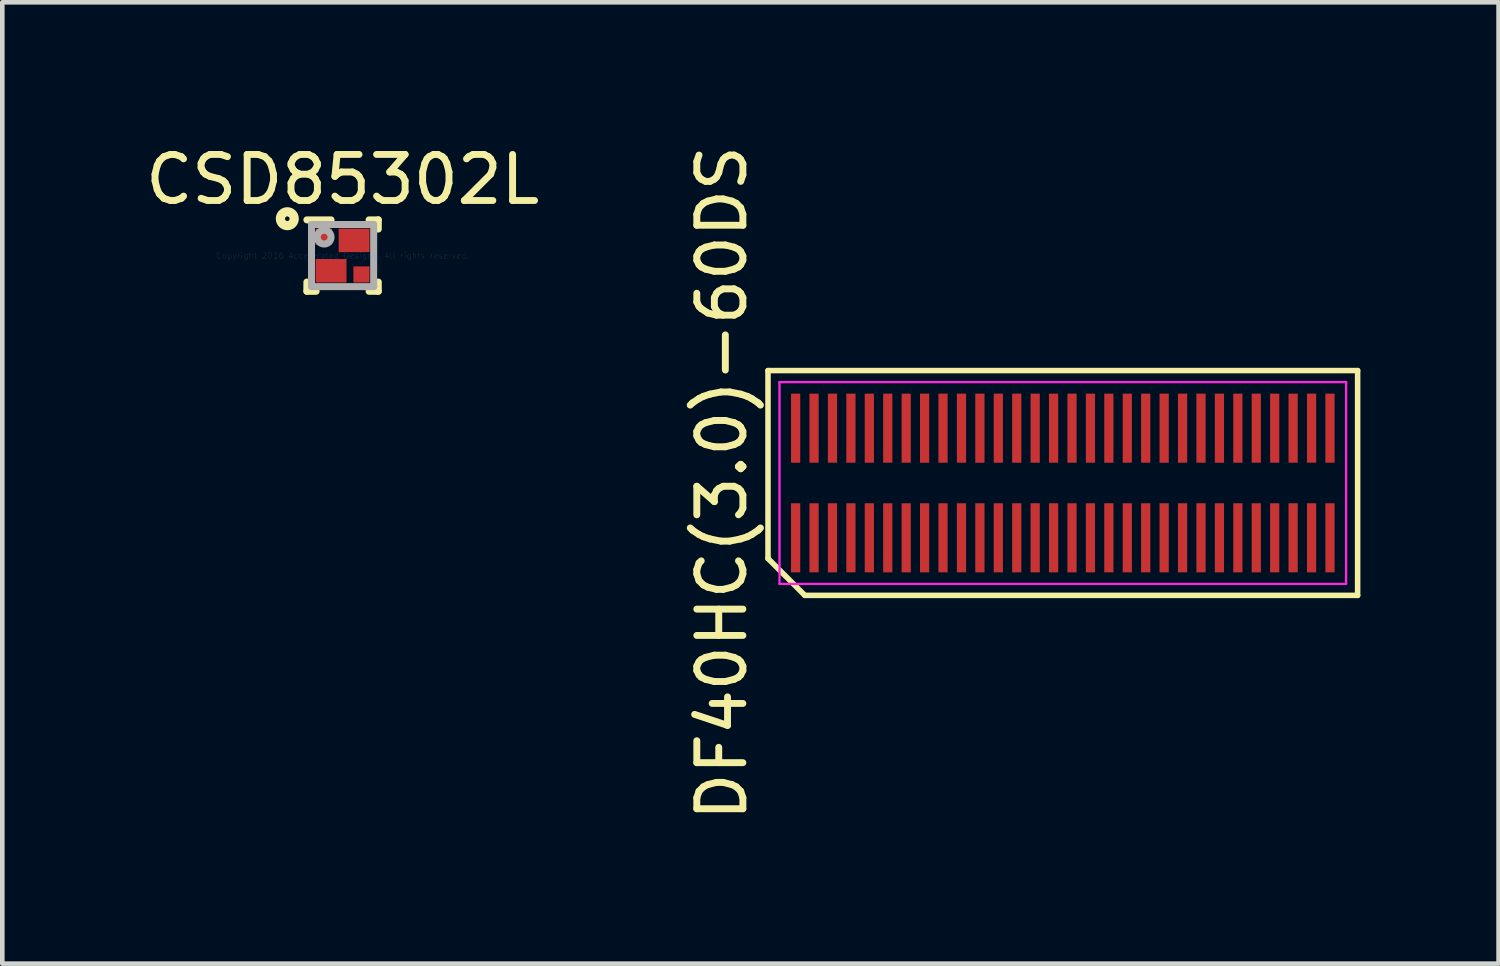
<source format=kicad_pcb>
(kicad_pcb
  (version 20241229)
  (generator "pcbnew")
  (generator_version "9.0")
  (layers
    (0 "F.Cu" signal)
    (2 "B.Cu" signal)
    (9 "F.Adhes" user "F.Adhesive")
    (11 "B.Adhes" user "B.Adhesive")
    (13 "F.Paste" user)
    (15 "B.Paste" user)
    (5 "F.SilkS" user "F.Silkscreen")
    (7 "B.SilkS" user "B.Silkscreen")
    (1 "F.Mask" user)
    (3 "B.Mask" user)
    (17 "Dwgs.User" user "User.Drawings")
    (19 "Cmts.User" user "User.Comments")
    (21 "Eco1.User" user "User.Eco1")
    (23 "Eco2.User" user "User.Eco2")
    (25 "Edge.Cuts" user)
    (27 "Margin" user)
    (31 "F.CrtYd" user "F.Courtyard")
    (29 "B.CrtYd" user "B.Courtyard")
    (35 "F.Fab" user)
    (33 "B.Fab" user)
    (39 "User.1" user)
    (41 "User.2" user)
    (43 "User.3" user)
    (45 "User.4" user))
  (footprint "CSD85302L"
    (layer "F.Cu")
    (at 4.387 2.498)
    (property "Reference" "CSD85302L" (at 0 -1.65 0) (layer "F.SilkS") (effects (font (size 1 1) (thickness 0.15))))
    (attr through_hole)
    (fp_line (start -0.775 -0.775) (end -0.25 -0.775) (stroke (width 0.152) (type solid)) (layer "F.SilkS"))
    (fp_line (start -0.775 0.775) (end -0.775 0.575) (stroke (width 0.152) (type solid)) (layer "F.SilkS"))
    (fp_line (start -0.775 0.775) (end -0.575 0.775) (stroke (width 0.152) (type solid)) (layer "F.SilkS"))
    (fp_line (start 0.575 -0.775) (end 0.775 -0.775) (stroke (width 0.152) (type solid)) (layer "F.SilkS"))
    (fp_line (start 0.575 0.775) (end 0.775 0.775) (stroke (width 0.152) (type solid)) (layer "F.SilkS"))
    (fp_line (start 0.775 -0.575) (end 0.775 -0.775) (stroke (width 0.152) (type solid)) (layer "F.SilkS"))
    (fp_line (start 0.775 0.775) (end 0.775 0.575) (stroke (width 0.152) (type solid)) (layer "F.SilkS"))
    (fp_circle (center -1.2 -0.8) (end -1.15 -0.8) (stroke (width 0.2) (type solid)) (fill no) (layer "F.SilkS"))
    (fp_line (start -0.675 -0.675) (end 0.675 -0.675) (stroke (width 0.152) (type solid)) (layer "F.Fab"))
    (fp_line (start -0.675 0.675) (end -0.675 -0.675) (stroke (width 0.152) (type solid)) (layer "F.Fab"))
    (fp_line (start -0.675 0.675) (end 0.675 0.675) (stroke (width 0.152) (type solid)) (layer "F.Fab"))
    (fp_line (start 0.675 0.675) (end 0.675 -0.675) (stroke (width 0.152) (type solid)) (layer "F.Fab"))
    (fp_circle (center -0.4 -0.4) (end -0.25 -0.4) (stroke (width 0.152) (type solid)) (fill no) (layer "F.Fab"))
    (fp_text user "Copyright 2016 Accelerated Designs. All rights reserved." (at 0 0 0) (layer "Cmts.User") (effects (font (size 0.127 0.127) (thickness 0.002))))
    (pad "1" smd rect (at -0.41 -0.41 90) (size 0.35 0.35) (layers "F.Cu" "F.Mask" "F.Paste"))
    (pad "2" smd rect (at -0.25 0.33 90) (size 0.51 0.67) (layers "F.Cu" "F.Mask" "F.Paste"))
    (pad "3" smd rect (at 0.41 0.41 90) (size 0.35 0.35) (layers "F.Cu" "F.Mask" "F.Paste"))
    (pad "4" smd rect (at 0.25 -0.33 90) (size 0.51 0.67) (layers "F.Cu" "F.Mask" "F.Paste")))
  (footprint "DF40HC(3.0)-60DS"
    (layer "F.Cu")
    (at 21.022 7.435)
    (property "Reference" "DF40HC(3.0)-60DS" (at -8.4 0 90) (layer "F.SilkS") (effects (font (size 1 1) (thickness 0.15))))
    (attr smd)
    (fp_line (start -7.4 -2.44) (end 5.4 -2.44) (stroke (width 0.12) (type solid)) (layer "F.SilkS"))
    (fp_line (start -7.4 1.64) (end -7.4 -2.44) (stroke (width 0.12) (type solid)) (layer "F.SilkS"))
    (fp_line (start -6.6 2.44) (end -7.4 1.64) (stroke (width 0.12) (type solid)) (layer "F.SilkS"))
    (fp_line (start 5.4 -2.44) (end 5.4 2.44) (stroke (width 0.12) (type solid)) (layer "F.SilkS"))
    (fp_line (start 5.4 2.44) (end -6.6 2.44) (stroke (width 0.12) (type solid)) (layer "F.SilkS"))
    (fp_line (start -7.15 -2.19) (end 5.15 -2.19) (stroke (width 0.05) (type solid)) (layer "F.CrtYd"))
    (fp_line (start -7.15 2.19) (end -7.15 -2.19) (stroke (width 0.05) (type solid)) (layer "F.CrtYd"))
    (fp_line (start 5.15 -2.19) (end 5.15 2.19) (stroke (width 0.05) (type solid)) (layer "F.CrtYd"))
    (fp_line (start 5.15 2.19) (end -7.15 2.19) (stroke (width 0.05) (type solid)) (layer "F.CrtYd"))
    (pad "1" smd rect (at -6.8 1.19) (size 0.2 1.5) (layers "F.Cu" "F.Mask" "F.Paste"))
    (pad "2" smd rect (at -6.4 1.19) (size 0.2 1.5) (layers "F.Cu" "F.Mask" "F.Paste"))
    (pad "3" smd rect (at -6 1.19) (size 0.2 1.5) (layers "F.Cu" "F.Mask" "F.Paste"))
    (pad "4" smd rect (at -5.6 1.19) (size 0.2 1.5) (layers "F.Cu" "F.Mask" "F.Paste"))
    (pad "5" smd rect (at -5.2 1.19) (size 0.2 1.5) (layers "F.Cu" "F.Mask" "F.Paste"))
    (pad "6" smd rect (at -4.8 1.19) (size 0.2 1.5) (layers "F.Cu" "F.Mask" "F.Paste"))
    (pad "7" smd rect (at -4.4 1.19) (size 0.2 1.5) (layers "F.Cu" "F.Mask" "F.Paste"))
    (pad "8" smd rect (at -4 1.19) (size 0.2 1.5) (layers "F.Cu" "F.Mask" "F.Paste"))
    (pad "9" smd rect (at -3.6 1.19) (size 0.2 1.5) (layers "F.Cu" "F.Mask" "F.Paste"))
    (pad "10" smd rect (at -3.2 1.19) (size 0.2 1.5) (layers "F.Cu" "F.Mask" "F.Paste"))
    (pad "11" smd rect (at -2.8 1.19) (size 0.2 1.5) (layers "F.Cu" "F.Mask" "F.Paste"))
    (pad "12" smd rect (at -2.4 1.19) (size 0.2 1.5) (layers "F.Cu" "F.Mask" "F.Paste"))
    (pad "13" smd rect (at -2 1.19) (size 0.2 1.5) (layers "F.Cu" "F.Mask" "F.Paste"))
    (pad "14" smd rect (at -1.6 1.19) (size 0.2 1.5) (layers "F.Cu" "F.Mask" "F.Paste"))
    (pad "15" smd rect (at -1.2 1.19) (size 0.2 1.5) (layers "F.Cu" "F.Mask" "F.Paste"))
    (pad "16" smd rect (at -0.8 1.19) (size 0.2 1.5) (layers "F.Cu" "F.Mask" "F.Paste"))
    (pad "17" smd rect (at -0.4 1.19) (size 0.2 1.5) (layers "F.Cu" "F.Mask" "F.Paste"))
    (pad "18" smd rect (at 0 1.19) (size 0.2 1.5) (layers "F.Cu" "F.Mask" "F.Paste"))
    (pad "19" smd rect (at 0.4 1.19) (size 0.2 1.5) (layers "F.Cu" "F.Mask" "F.Paste"))
    (pad "20" smd rect (at 0.8 1.19) (size 0.2 1.5) (layers "F.Cu" "F.Mask" "F.Paste"))
    (pad "21" smd rect (at 1.2 1.19) (size 0.2 1.5) (layers "F.Cu" "F.Mask" "F.Paste"))
    (pad "22" smd rect (at 1.6 1.19) (size 0.2 1.5) (layers "F.Cu" "F.Mask" "F.Paste"))
    (pad "23" smd rect (at 2 1.19) (size 0.2 1.5) (layers "F.Cu" "F.Mask" "F.Paste"))
    (pad "24" smd rect (at 2.4 1.19) (size 0.2 1.5) (layers "F.Cu" "F.Mask" "F.Paste"))
    (pad "25" smd rect (at 2.8 1.19) (size 0.2 1.5) (layers "F.Cu" "F.Mask" "F.Paste"))
    (pad "26" smd rect (at 3.2 1.19) (size 0.2 1.5) (layers "F.Cu" "F.Mask" "F.Paste"))
    (pad "27" smd rect (at 3.6 1.19) (size 0.2 1.5) (layers "F.Cu" "F.Mask" "F.Paste"))
    (pad "28" smd rect (at 4 1.19) (size 0.2 1.5) (layers "F.Cu" "F.Mask" "F.Paste"))
    (pad "29" smd rect (at 4.4 1.19) (size 0.2 1.5) (layers "F.Cu" "F.Mask" "F.Paste"))
    (pad "30" smd rect (at 4.8 1.19) (size 0.2 1.5) (layers "F.Cu" "F.Mask" "F.Paste"))
    (pad "36" smd rect (at 4.8 -1.19) (size 0.2 1.5) (layers "F.Cu" "F.Mask" "F.Paste"))
    (pad "37" smd rect (at 4.4 -1.19) (size 0.2 1.5) (layers "F.Cu" "F.Mask" "F.Paste"))
    (pad "38" smd rect (at 4 -1.19) (size 0.2 1.5) (layers "F.Cu" "F.Mask" "F.Paste"))
    (pad "39" smd rect (at 3.6 -1.19) (size 0.2 1.5) (layers "F.Cu" "F.Mask" "F.Paste"))
    (pad "40" smd rect (at 3.2 -1.19) (size 0.2 1.5) (layers "F.Cu" "F.Mask" "F.Paste"))
    (pad "41" smd rect (at 2.8 -1.19) (size 0.2 1.5) (layers "F.Cu" "F.Mask" "F.Paste"))
    (pad "42" smd rect (at 2.4 -1.19) (size 0.2 1.5) (layers "F.Cu" "F.Mask" "F.Paste"))
    (pad "43" smd rect (at 2 -1.19) (size 0.2 1.5) (layers "F.Cu" "F.Mask" "F.Paste"))
    (pad "44" smd rect (at 1.6 -1.19) (size 0.2 1.5) (layers "F.Cu" "F.Mask" "F.Paste"))
    (pad "45" smd rect (at 1.2 -1.19) (size 0.2 1.5) (layers "F.Cu" "F.Mask" "F.Paste"))
    (pad "46" smd rect (at 0.8 -1.19) (size 0.2 1.5) (layers "F.Cu" "F.Mask" "F.Paste"))
    (pad "47" smd rect (at 0.4 -1.19) (size 0.2 1.5) (layers "F.Cu" "F.Mask" "F.Paste"))
    (pad "48" smd rect (at 0 -1.19) (size 0.2 1.5) (layers "F.Cu" "F.Mask" "F.Paste"))
    (pad "49" smd rect (at -0.4 -1.19) (size 0.2 1.5) (layers "F.Cu" "F.Mask" "F.Paste"))
    (pad "50" smd rect (at -0.8 -1.19) (size 0.2 1.5) (layers "F.Cu" "F.Mask" "F.Paste"))
    (pad "51" smd rect (at -1.2 -1.19) (size 0.2 1.5) (layers "F.Cu" "F.Mask" "F.Paste"))
    (pad "52" smd rect (at -1.6 -1.19) (size 0.2 1.5) (layers "F.Cu" "F.Mask" "F.Paste"))
    (pad "53" smd rect (at -2 -1.19) (size 0.2 1.5) (layers "F.Cu" "F.Mask" "F.Paste"))
    (pad "54" smd rect (at -2.4 -1.19) (size 0.2 1.5) (layers "F.Cu" "F.Mask" "F.Paste"))
    (pad "55" smd rect (at -2.8 -1.19) (size 0.2 1.5) (layers "F.Cu" "F.Mask" "F.Paste"))
    (pad "56" smd rect (at -3.2 -1.19) (size 0.2 1.5) (layers "F.Cu" "F.Mask" "F.Paste"))
    (pad "57" smd rect (at -3.6 -1.19) (size 0.2 1.5) (layers "F.Cu" "F.Mask" "F.Paste"))
    (pad "58" smd rect (at -4 -1.19) (size 0.2 1.5) (layers "F.Cu" "F.Mask" "F.Paste"))
    (pad "59" smd rect (at -4.4 -1.19) (size 0.2 1.5) (layers "F.Cu" "F.Mask" "F.Paste"))
    (pad "60" smd rect (at -4.8 -1.19) (size 0.2 1.5) (layers "F.Cu" "F.Mask" "F.Paste"))
    (pad "61" smd rect (at -5.2 -1.19) (size 0.2 1.5) (layers "F.Cu" "F.Mask" "F.Paste"))
    (pad "62" smd rect (at -5.6 -1.19) (size 0.2 1.5) (layers "F.Cu" "F.Mask" "F.Paste"))
    (pad "63" smd rect (at -6 -1.19) (size 0.2 1.5) (layers "F.Cu" "F.Mask" "F.Paste"))
    (pad "64" smd rect (at -6.4 -1.19) (size 0.2 1.5) (layers "F.Cu" "F.Mask" "F.Paste"))
    (pad "65" smd rect (at -6.8 -1.19) (size 0.2 1.5) (layers "F.Cu" "F.Mask" "F.Paste")))
  (gr_rect
    (start -3 -3)
    (end 29.482 17.869)
    (stroke (width 0.1) (type default))
    (fill no)
    (layer "Edge.Cuts")))
</source>
